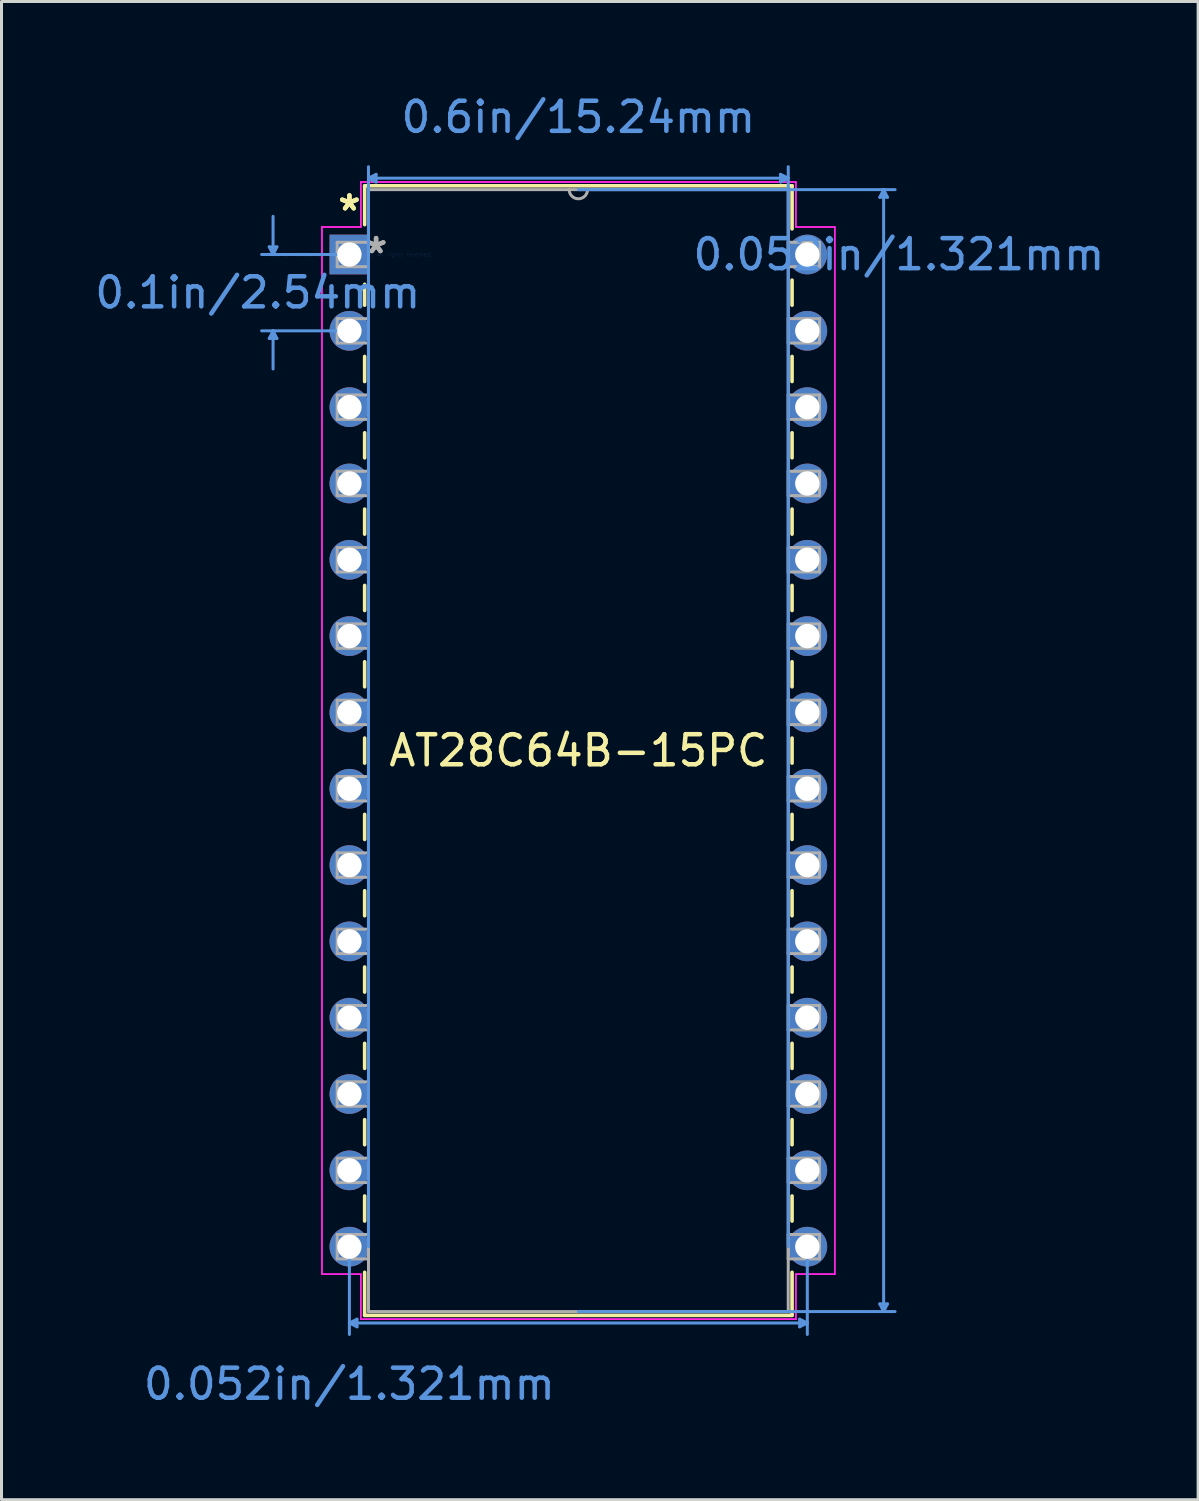
<source format=kicad_pcb>
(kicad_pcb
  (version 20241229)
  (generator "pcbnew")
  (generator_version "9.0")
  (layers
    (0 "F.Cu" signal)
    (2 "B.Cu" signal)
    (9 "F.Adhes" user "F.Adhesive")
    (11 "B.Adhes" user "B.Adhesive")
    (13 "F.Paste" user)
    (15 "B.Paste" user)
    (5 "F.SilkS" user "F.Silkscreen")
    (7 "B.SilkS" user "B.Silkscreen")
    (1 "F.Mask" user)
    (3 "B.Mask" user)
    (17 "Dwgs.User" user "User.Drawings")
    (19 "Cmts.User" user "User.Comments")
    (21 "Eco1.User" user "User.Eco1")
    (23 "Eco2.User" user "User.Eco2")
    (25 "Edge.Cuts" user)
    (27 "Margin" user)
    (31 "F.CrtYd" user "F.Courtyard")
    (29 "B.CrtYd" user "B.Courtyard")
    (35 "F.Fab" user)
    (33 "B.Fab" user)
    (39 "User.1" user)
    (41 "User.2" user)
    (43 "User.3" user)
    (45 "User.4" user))
  (footprint "AT28C64B-15PC"
    (layer "F.Cu")
    (at 8.578 5.42)
    (property "Reference" "AT28C64B-15PC" (at 7.62 16.51 0) (layer "F.SilkS") (effects (font (size 1 1) (thickness 0.15))))
    (attr through_hole)
    (fp_line (start 0.508 -2.286) (end 0.508 -0.993) (stroke (width 0.12) (type solid)) (layer "F.SilkS"))
    (fp_line (start 0.508 0.993) (end 0.508 1.687) (stroke (width 0.12) (type solid)) (layer "F.SilkS"))
    (fp_line (start 0.508 3.393) (end 0.508 4.227) (stroke (width 0.12) (type solid)) (layer "F.SilkS"))
    (fp_line (start 0.508 5.933) (end 0.508 6.767) (stroke (width 0.12) (type solid)) (layer "F.SilkS"))
    (fp_line (start 0.508 8.473) (end 0.508 9.307) (stroke (width 0.12) (type solid)) (layer "F.SilkS"))
    (fp_line (start 0.508 11.013) (end 0.508 11.847) (stroke (width 0.12) (type solid)) (layer "F.SilkS"))
    (fp_line (start 0.508 13.553) (end 0.508 14.387) (stroke (width 0.12) (type solid)) (layer "F.SilkS"))
    (fp_line (start 0.508 16.093) (end 0.508 16.927) (stroke (width 0.12) (type solid)) (layer "F.SilkS"))
    (fp_line (start 0.508 18.633) (end 0.508 19.467) (stroke (width 0.12) (type solid)) (layer "F.SilkS"))
    (fp_line (start 0.508 21.173) (end 0.508 22.007) (stroke (width 0.12) (type solid)) (layer "F.SilkS"))
    (fp_line (start 0.508 23.713) (end 0.508 24.547) (stroke (width 0.12) (type solid)) (layer "F.SilkS"))
    (fp_line (start 0.508 26.253) (end 0.508 27.087) (stroke (width 0.12) (type solid)) (layer "F.SilkS"))
    (fp_line (start 0.508 28.793) (end 0.508 29.627) (stroke (width 0.12) (type solid)) (layer "F.SilkS"))
    (fp_line (start 0.508 31.333) (end 0.508 32.167) (stroke (width 0.12) (type solid)) (layer "F.SilkS"))
    (fp_line (start 0.508 33.873) (end 0.508 35.306) (stroke (width 0.12) (type solid)) (layer "F.SilkS"))
    (fp_line (start 0.508 35.306) (end 14.732 35.306) (stroke (width 0.12) (type solid)) (layer "F.SilkS"))
    (fp_line (start 14.732 -2.286) (end 0.508 -2.286) (stroke (width 0.12) (type solid)) (layer "F.SilkS"))
    (fp_line (start 14.732 -0.853) (end 14.732 -2.286) (stroke (width 0.12) (type solid)) (layer "F.SilkS"))
    (fp_line (start 14.732 1.687) (end 14.732 0.853) (stroke (width 0.12) (type solid)) (layer "F.SilkS"))
    (fp_line (start 14.732 4.227) (end 14.732 3.393) (stroke (width 0.12) (type solid)) (layer "F.SilkS"))
    (fp_line (start 14.732 6.767) (end 14.732 5.933) (stroke (width 0.12) (type solid)) (layer "F.SilkS"))
    (fp_line (start 14.732 9.307) (end 14.732 8.473) (stroke (width 0.12) (type solid)) (layer "F.SilkS"))
    (fp_line (start 14.732 11.847) (end 14.732 11.013) (stroke (width 0.12) (type solid)) (layer "F.SilkS"))
    (fp_line (start 14.732 14.387) (end 14.732 13.553) (stroke (width 0.12) (type solid)) (layer "F.SilkS"))
    (fp_line (start 14.732 16.927) (end 14.732 16.093) (stroke (width 0.12) (type solid)) (layer "F.SilkS"))
    (fp_line (start 14.732 19.467) (end 14.732 18.633) (stroke (width 0.12) (type solid)) (layer "F.SilkS"))
    (fp_line (start 14.732 22.007) (end 14.732 21.173) (stroke (width 0.12) (type solid)) (layer "F.SilkS"))
    (fp_line (start 14.732 24.547) (end 14.732 23.713) (stroke (width 0.12) (type solid)) (layer "F.SilkS"))
    (fp_line (start 14.732 27.087) (end 14.732 26.253) (stroke (width 0.12) (type solid)) (layer "F.SilkS"))
    (fp_line (start 14.732 29.627) (end 14.732 28.793) (stroke (width 0.12) (type solid)) (layer "F.SilkS"))
    (fp_line (start 14.732 32.167) (end 14.732 31.333) (stroke (width 0.12) (type solid)) (layer "F.SilkS"))
    (fp_line (start 14.732 35.306) (end 14.732 33.873) (stroke (width 0.12) (type solid)) (layer "F.SilkS"))
    (fp_line (start -2.667 -0.254) (end -2.413 -0.254) (stroke (width 0.1) (type solid)) (layer "Cmts.User"))
    (fp_line (start -2.667 2.794) (end -2.413 2.794) (stroke (width 0.1) (type solid)) (layer "Cmts.User"))
    (fp_line (start -2.54 0) (end -2.667 -0.254) (stroke (width 0.1) (type solid)) (layer "Cmts.User"))
    (fp_line (start -2.54 0) (end -2.54 -1.27) (stroke (width 0.1) (type solid)) (layer "Cmts.User"))
    (fp_line (start -2.54 0) (end -2.413 -0.254) (stroke (width 0.1) (type solid)) (layer "Cmts.User"))
    (fp_line (start -2.54 2.54) (end -2.667 2.794) (stroke (width 0.1) (type solid)) (layer "Cmts.User"))
    (fp_line (start -2.54 2.54) (end -2.54 3.81) (stroke (width 0.1) (type solid)) (layer "Cmts.User"))
    (fp_line (start -2.54 2.54) (end -2.413 2.794) (stroke (width 0.1) (type solid)) (layer "Cmts.User"))
    (fp_line (start 0 0) (end -2.921 0) (stroke (width 0.1) (type solid)) (layer "Cmts.User"))
    (fp_line (start 0 2.54) (end -2.921 2.54) (stroke (width 0.1) (type solid)) (layer "Cmts.User"))
    (fp_line (start 0 33.02) (end 0 35.941) (stroke (width 0.1) (type solid)) (layer "Cmts.User"))
    (fp_line (start 0 35.56) (end 0.254 35.433) (stroke (width 0.1) (type solid)) (layer "Cmts.User"))
    (fp_line (start 0 35.56) (end 0.254 35.687) (stroke (width 0.1) (type solid)) (layer "Cmts.User"))
    (fp_line (start 0 35.56) (end 15.24 35.56) (stroke (width 0.1) (type solid)) (layer "Cmts.User"))
    (fp_line (start 0.254 35.433) (end 0.254 35.687) (stroke (width 0.1) (type solid)) (layer "Cmts.User"))
    (fp_line (start 0.635 -2.54) (end 0.889 -2.667) (stroke (width 0.1) (type solid)) (layer "Cmts.User"))
    (fp_line (start 0.635 -2.54) (end 0.889 -2.413) (stroke (width 0.1) (type solid)) (layer "Cmts.User"))
    (fp_line (start 0.635 -2.54) (end 14.605 -2.54) (stroke (width 0.1) (type solid)) (layer "Cmts.User"))
    (fp_line (start 0.635 33.02) (end 0.635 -2.921) (stroke (width 0.1) (type solid)) (layer "Cmts.User"))
    (fp_line (start 0.889 -2.667) (end 0.889 -2.413) (stroke (width 0.1) (type solid)) (layer "Cmts.User"))
    (fp_line (start 7.62 -2.159) (end 18.161 -2.159) (stroke (width 0.1) (type solid)) (layer "Cmts.User"))
    (fp_line (start 7.62 35.179) (end 18.161 35.179) (stroke (width 0.1) (type solid)) (layer "Cmts.User"))
    (fp_line (start 14.351 -2.667) (end 14.351 -2.413) (stroke (width 0.1) (type solid)) (layer "Cmts.User"))
    (fp_line (start 14.605 -2.54) (end 14.351 -2.667) (stroke (width 0.1) (type solid)) (layer "Cmts.User"))
    (fp_line (start 14.605 -2.54) (end 14.351 -2.413) (stroke (width 0.1) (type solid)) (layer "Cmts.User"))
    (fp_line (start 14.605 33.02) (end 14.605 -2.921) (stroke (width 0.1) (type solid)) (layer "Cmts.User"))
    (fp_line (start 14.986 35.433) (end 14.986 35.687) (stroke (width 0.1) (type solid)) (layer "Cmts.User"))
    (fp_line (start 15.24 33.02) (end 15.24 35.941) (stroke (width 0.1) (type solid)) (layer "Cmts.User"))
    (fp_line (start 15.24 35.56) (end 14.986 35.433) (stroke (width 0.1) (type solid)) (layer "Cmts.User"))
    (fp_line (start 15.24 35.56) (end 14.986 35.687) (stroke (width 0.1) (type solid)) (layer "Cmts.User"))
    (fp_line (start 17.653 -1.905) (end 17.907 -1.905) (stroke (width 0.1) (type solid)) (layer "Cmts.User"))
    (fp_line (start 17.653 34.925) (end 17.907 34.925) (stroke (width 0.1) (type solid)) (layer "Cmts.User"))
    (fp_line (start 17.78 -2.159) (end 17.653 -1.905) (stroke (width 0.1) (type solid)) (layer "Cmts.User"))
    (fp_line (start 17.78 -2.159) (end 17.78 35.179) (stroke (width 0.1) (type solid)) (layer "Cmts.User"))
    (fp_line (start 17.78 -2.159) (end 17.907 -1.905) (stroke (width 0.1) (type solid)) (layer "Cmts.User"))
    (fp_line (start 17.78 35.179) (end 17.653 34.925) (stroke (width 0.1) (type solid)) (layer "Cmts.User"))
    (fp_line (start 17.78 35.179) (end 17.907 34.925) (stroke (width 0.1) (type solid)) (layer "Cmts.User"))
    (fp_line (start -0.914 -0.914) (end -0.914 33.934) (stroke (width 0.05) (type solid)) (layer "F.CrtYd"))
    (fp_line (start -0.914 -0.914) (end 0.381 -0.914) (stroke (width 0.05) (type solid)) (layer "F.CrtYd"))
    (fp_line (start -0.914 33.934) (end -0.914 -0.914) (stroke (width 0.05) (type solid)) (layer "F.CrtYd"))
    (fp_line (start -0.914 33.934) (end 0.381 33.934) (stroke (width 0.05) (type solid)) (layer "F.CrtYd"))
    (fp_line (start 0.381 -2.413) (end 0.381 -0.914) (stroke (width 0.05) (type solid)) (layer "F.CrtYd"))
    (fp_line (start 0.381 -2.413) (end 14.859 -2.413) (stroke (width 0.05) (type solid)) (layer "F.CrtYd"))
    (fp_line (start 0.381 -0.914) (end -0.914 -0.914) (stroke (width 0.05) (type solid)) (layer "F.CrtYd"))
    (fp_line (start 0.381 -0.914) (end 0.381 -2.413) (stroke (width 0.05) (type solid)) (layer "F.CrtYd"))
    (fp_line (start 0.381 33.934) (end -0.914 33.934) (stroke (width 0.05) (type solid)) (layer "F.CrtYd"))
    (fp_line (start 0.381 33.934) (end 0.381 35.433) (stroke (width 0.05) (type solid)) (layer "F.CrtYd"))
    (fp_line (start 0.381 35.433) (end 0.381 33.934) (stroke (width 0.05) (type solid)) (layer "F.CrtYd"))
    (fp_line (start 0.381 35.433) (end 14.859 35.433) (stroke (width 0.05) (type solid)) (layer "F.CrtYd"))
    (fp_line (start 14.859 -2.413) (end 0.381 -2.413) (stroke (width 0.05) (type solid)) (layer "F.CrtYd"))
    (fp_line (start 14.859 -2.413) (end 14.859 -0.914) (stroke (width 0.05) (type solid)) (layer "F.CrtYd"))
    (fp_line (start 14.859 -0.914) (end 14.859 -2.413) (stroke (width 0.05) (type solid)) (layer "F.CrtYd"))
    (fp_line (start 14.859 33.934) (end 14.859 35.433) (stroke (width 0.05) (type solid)) (layer "F.CrtYd"))
    (fp_line (start 14.859 33.934) (end 16.154 33.934) (stroke (width 0.05) (type solid)) (layer "F.CrtYd"))
    (fp_line (start 14.859 35.433) (end 0.381 35.433) (stroke (width 0.05) (type solid)) (layer "F.CrtYd"))
    (fp_line (start 14.859 35.433) (end 14.859 33.934) (stroke (width 0.05) (type solid)) (layer "F.CrtYd"))
    (fp_line (start 16.154 -0.914) (end 14.859 -0.914) (stroke (width 0.05) (type solid)) (layer "F.CrtYd"))
    (fp_line (start 16.154 -0.914) (end 14.859 -0.914) (stroke (width 0.05) (type solid)) (layer "F.CrtYd"))
    (fp_line (start 16.154 -0.914) (end 16.154 33.934) (stroke (width 0.05) (type solid)) (layer "F.CrtYd"))
    (fp_line (start 16.154 33.934) (end 14.859 33.934) (stroke (width 0.05) (type solid)) (layer "F.CrtYd"))
    (fp_line (start 16.154 33.934) (end 16.154 -0.914) (stroke (width 0.05) (type solid)) (layer "F.CrtYd"))
    (fp_line (start -0.406 -0.406) (end -0.406 0.406) (stroke (width 0.1) (type solid)) (layer "F.Fab"))
    (fp_line (start -0.406 0.406) (end 0.635 0.406) (stroke (width 0.1) (type solid)) (layer "F.Fab"))
    (fp_line (start -0.406 2.134) (end -0.406 2.946) (stroke (width 0.1) (type solid)) (layer "F.Fab"))
    (fp_line (start -0.406 2.946) (end 0.635 2.946) (stroke (width 0.1) (type solid)) (layer "F.Fab"))
    (fp_line (start -0.406 4.674) (end -0.406 5.486) (stroke (width 0.1) (type solid)) (layer "F.Fab"))
    (fp_line (start -0.406 5.486) (end 0.635 5.486) (stroke (width 0.1) (type solid)) (layer "F.Fab"))
    (fp_line (start -0.406 7.214) (end -0.406 8.026) (stroke (width 0.1) (type solid)) (layer "F.Fab"))
    (fp_line (start -0.406 8.026) (end 0.635 8.026) (stroke (width 0.1) (type solid)) (layer "F.Fab"))
    (fp_line (start -0.406 9.754) (end -0.406 10.566) (stroke (width 0.1) (type solid)) (layer "F.Fab"))
    (fp_line (start -0.406 10.566) (end 0.635 10.566) (stroke (width 0.1) (type solid)) (layer "F.Fab"))
    (fp_line (start -0.406 12.294) (end -0.406 13.106) (stroke (width 0.1) (type solid)) (layer "F.Fab"))
    (fp_line (start -0.406 13.106) (end 0.635 13.106) (stroke (width 0.1) (type solid)) (layer "F.Fab"))
    (fp_line (start -0.406 14.834) (end -0.406 15.646) (stroke (width 0.1) (type solid)) (layer "F.Fab"))
    (fp_line (start -0.406 15.646) (end 0.635 15.646) (stroke (width 0.1) (type solid)) (layer "F.Fab"))
    (fp_line (start -0.406 17.374) (end -0.406 18.186) (stroke (width 0.1) (type solid)) (layer "F.Fab"))
    (fp_line (start -0.406 18.186) (end 0.635 18.186) (stroke (width 0.1) (type solid)) (layer "F.Fab"))
    (fp_line (start -0.406 19.914) (end -0.406 20.726) (stroke (width 0.1) (type solid)) (layer "F.Fab"))
    (fp_line (start -0.406 20.726) (end 0.635 20.726) (stroke (width 0.1) (type solid)) (layer "F.Fab"))
    (fp_line (start -0.406 22.454) (end -0.406 23.266) (stroke (width 0.1) (type solid)) (layer "F.Fab"))
    (fp_line (start -0.406 23.266) (end 0.635 23.266) (stroke (width 0.1) (type solid)) (layer "F.Fab"))
    (fp_line (start -0.406 24.994) (end -0.406 25.806) (stroke (width 0.1) (type solid)) (layer "F.Fab"))
    (fp_line (start -0.406 25.806) (end 0.635 25.806) (stroke (width 0.1) (type solid)) (layer "F.Fab"))
    (fp_line (start -0.406 27.534) (end -0.406 28.346) (stroke (width 0.1) (type solid)) (layer "F.Fab"))
    (fp_line (start -0.406 28.346) (end 0.635 28.346) (stroke (width 0.1) (type solid)) (layer "F.Fab"))
    (fp_line (start -0.406 30.074) (end -0.406 30.886) (stroke (width 0.1) (type solid)) (layer "F.Fab"))
    (fp_line (start -0.406 30.886) (end 0.635 30.886) (stroke (width 0.1) (type solid)) (layer "F.Fab"))
    (fp_line (start -0.406 32.614) (end -0.406 33.426) (stroke (width 0.1) (type solid)) (layer "F.Fab"))
    (fp_line (start -0.406 33.426) (end 0.635 33.426) (stroke (width 0.1) (type solid)) (layer "F.Fab"))
    (fp_line (start 0.635 -2.159) (end 0.635 35.179) (stroke (width 0.1) (type solid)) (layer "F.Fab"))
    (fp_line (start 0.635 -0.406) (end -0.406 -0.406) (stroke (width 0.1) (type solid)) (layer "F.Fab"))
    (fp_line (start 0.635 0.406) (end 0.635 -0.406) (stroke (width 0.1) (type solid)) (layer "F.Fab"))
    (fp_line (start 0.635 2.134) (end -0.406 2.134) (stroke (width 0.1) (type solid)) (layer "F.Fab"))
    (fp_line (start 0.635 2.946) (end 0.635 2.134) (stroke (width 0.1) (type solid)) (layer "F.Fab"))
    (fp_line (start 0.635 4.674) (end -0.406 4.674) (stroke (width 0.1) (type solid)) (layer "F.Fab"))
    (fp_line (start 0.635 5.486) (end 0.635 4.674) (stroke (width 0.1) (type solid)) (layer "F.Fab"))
    (fp_line (start 0.635 7.214) (end -0.406 7.214) (stroke (width 0.1) (type solid)) (layer "F.Fab"))
    (fp_line (start 0.635 8.026) (end 0.635 7.214) (stroke (width 0.1) (type solid)) (layer "F.Fab"))
    (fp_line (start 0.635 9.754) (end -0.406 9.754) (stroke (width 0.1) (type solid)) (layer "F.Fab"))
    (fp_line (start 0.635 10.566) (end 0.635 9.754) (stroke (width 0.1) (type solid)) (layer "F.Fab"))
    (fp_line (start 0.635 12.294) (end -0.406 12.294) (stroke (width 0.1) (type solid)) (layer "F.Fab"))
    (fp_line (start 0.635 13.106) (end 0.635 12.294) (stroke (width 0.1) (type solid)) (layer "F.Fab"))
    (fp_line (start 0.635 14.834) (end -0.406 14.834) (stroke (width 0.1) (type solid)) (layer "F.Fab"))
    (fp_line (start 0.635 15.646) (end 0.635 14.834) (stroke (width 0.1) (type solid)) (layer "F.Fab"))
    (fp_line (start 0.635 17.374) (end -0.406 17.374) (stroke (width 0.1) (type solid)) (layer "F.Fab"))
    (fp_line (start 0.635 18.186) (end 0.635 17.374) (stroke (width 0.1) (type solid)) (layer "F.Fab"))
    (fp_line (start 0.635 19.914) (end -0.406 19.914) (stroke (width 0.1) (type solid)) (layer "F.Fab"))
    (fp_line (start 0.635 20.726) (end 0.635 19.914) (stroke (width 0.1) (type solid)) (layer "F.Fab"))
    (fp_line (start 0.635 22.454) (end -0.406 22.454) (stroke (width 0.1) (type solid)) (layer "F.Fab"))
    (fp_line (start 0.635 23.266) (end 0.635 22.454) (stroke (width 0.1) (type solid)) (layer "F.Fab"))
    (fp_line (start 0.635 24.994) (end -0.406 24.994) (stroke (width 0.1) (type solid)) (layer "F.Fab"))
    (fp_line (start 0.635 25.806) (end 0.635 24.994) (stroke (width 0.1) (type solid)) (layer "F.Fab"))
    (fp_line (start 0.635 27.534) (end -0.406 27.534) (stroke (width 0.1) (type solid)) (layer "F.Fab"))
    (fp_line (start 0.635 28.346) (end 0.635 27.534) (stroke (width 0.1) (type solid)) (layer "F.Fab"))
    (fp_line (start 0.635 30.074) (end -0.406 30.074) (stroke (width 0.1) (type solid)) (layer "F.Fab"))
    (fp_line (start 0.635 30.886) (end 0.635 30.074) (stroke (width 0.1) (type solid)) (layer "F.Fab"))
    (fp_line (start 0.635 32.614) (end -0.406 32.614) (stroke (width 0.1) (type solid)) (layer "F.Fab"))
    (fp_line (start 0.635 33.426) (end 0.635 32.614) (stroke (width 0.1) (type solid)) (layer "F.Fab"))
    (fp_line (start 0.635 35.179) (end 14.605 35.179) (stroke (width 0.1) (type solid)) (layer "F.Fab"))
    (fp_line (start 14.605 -2.159) (end 0.635 -2.159) (stroke (width 0.1) (type solid)) (layer "F.Fab"))
    (fp_line (start 14.605 -0.406) (end 14.605 0.406) (stroke (width 0.1) (type solid)) (layer "F.Fab"))
    (fp_line (start 14.605 0.406) (end 15.646 0.406) (stroke (width 0.1) (type solid)) (layer "F.Fab"))
    (fp_line (start 14.605 2.134) (end 14.605 2.946) (stroke (width 0.1) (type solid)) (layer "F.Fab"))
    (fp_line (start 14.605 2.946) (end 15.646 2.946) (stroke (width 0.1) (type solid)) (layer "F.Fab"))
    (fp_line (start 14.605 4.674) (end 14.605 5.486) (stroke (width 0.1) (type solid)) (layer "F.Fab"))
    (fp_line (start 14.605 5.486) (end 15.646 5.486) (stroke (width 0.1) (type solid)) (layer "F.Fab"))
    (fp_line (start 14.605 7.214) (end 14.605 8.026) (stroke (width 0.1) (type solid)) (layer "F.Fab"))
    (fp_line (start 14.605 8.026) (end 15.646 8.026) (stroke (width 0.1) (type solid)) (layer "F.Fab"))
    (fp_line (start 14.605 9.754) (end 14.605 10.566) (stroke (width 0.1) (type solid)) (layer "F.Fab"))
    (fp_line (start 14.605 10.566) (end 15.646 10.566) (stroke (width 0.1) (type solid)) (layer "F.Fab"))
    (fp_line (start 14.605 12.294) (end 14.605 13.106) (stroke (width 0.1) (type solid)) (layer "F.Fab"))
    (fp_line (start 14.605 13.106) (end 15.646 13.106) (stroke (width 0.1) (type solid)) (layer "F.Fab"))
    (fp_line (start 14.605 14.834) (end 14.605 15.646) (stroke (width 0.1) (type solid)) (layer "F.Fab"))
    (fp_line (start 14.605 15.646) (end 15.646 15.646) (stroke (width 0.1) (type solid)) (layer "F.Fab"))
    (fp_line (start 14.605 17.374) (end 14.605 18.186) (stroke (width 0.1) (type solid)) (layer "F.Fab"))
    (fp_line (start 14.605 18.186) (end 15.646 18.186) (stroke (width 0.1) (type solid)) (layer "F.Fab"))
    (fp_line (start 14.605 19.914) (end 14.605 20.726) (stroke (width 0.1) (type solid)) (layer "F.Fab"))
    (fp_line (start 14.605 20.726) (end 15.646 20.726) (stroke (width 0.1) (type solid)) (layer "F.Fab"))
    (fp_line (start 14.605 22.454) (end 14.605 23.266) (stroke (width 0.1) (type solid)) (layer "F.Fab"))
    (fp_line (start 14.605 23.266) (end 15.646 23.266) (stroke (width 0.1) (type solid)) (layer "F.Fab"))
    (fp_line (start 14.605 24.994) (end 14.605 25.806) (stroke (width 0.1) (type solid)) (layer "F.Fab"))
    (fp_line (start 14.605 25.806) (end 15.646 25.806) (stroke (width 0.1) (type solid)) (layer "F.Fab"))
    (fp_line (start 14.605 27.534) (end 14.605 28.346) (stroke (width 0.1) (type solid)) (layer "F.Fab"))
    (fp_line (start 14.605 28.346) (end 15.646 28.346) (stroke (width 0.1) (type solid)) (layer "F.Fab"))
    (fp_line (start 14.605 30.074) (end 14.605 30.886) (stroke (width 0.1) (type solid)) (layer "F.Fab"))
    (fp_line (start 14.605 30.886) (end 15.646 30.886) (stroke (width 0.1) (type solid)) (layer "F.Fab"))
    (fp_line (start 14.605 32.614) (end 14.605 33.426) (stroke (width 0.1) (type solid)) (layer "F.Fab"))
    (fp_line (start 14.605 33.426) (end 15.646 33.426) (stroke (width 0.1) (type solid)) (layer "F.Fab"))
    (fp_line (start 14.605 35.179) (end 14.605 -2.159) (stroke (width 0.1) (type solid)) (layer "F.Fab"))
    (fp_line (start 15.646 -0.406) (end 14.605 -0.406) (stroke (width 0.1) (type solid)) (layer "F.Fab"))
    (fp_line (start 15.646 0.406) (end 15.646 -0.406) (stroke (width 0.1) (type solid)) (layer "F.Fab"))
    (fp_line (start 15.646 2.134) (end 14.605 2.134) (stroke (width 0.1) (type solid)) (layer "F.Fab"))
    (fp_line (start 15.646 2.946) (end 15.646 2.134) (stroke (width 0.1) (type solid)) (layer "F.Fab"))
    (fp_line (start 15.646 4.674) (end 14.605 4.674) (stroke (width 0.1) (type solid)) (layer "F.Fab"))
    (fp_line (start 15.646 5.486) (end 15.646 4.674) (stroke (width 0.1) (type solid)) (layer "F.Fab"))
    (fp_line (start 15.646 7.214) (end 14.605 7.214) (stroke (width 0.1) (type solid)) (layer "F.Fab"))
    (fp_line (start 15.646 8.026) (end 15.646 7.214) (stroke (width 0.1) (type solid)) (layer "F.Fab"))
    (fp_line (start 15.646 9.754) (end 14.605 9.754) (stroke (width 0.1) (type solid)) (layer "F.Fab"))
    (fp_line (start 15.646 10.566) (end 15.646 9.754) (stroke (width 0.1) (type solid)) (layer "F.Fab"))
    (fp_line (start 15.646 12.294) (end 14.605 12.294) (stroke (width 0.1) (type solid)) (layer "F.Fab"))
    (fp_line (start 15.646 13.106) (end 15.646 12.294) (stroke (width 0.1) (type solid)) (layer "F.Fab"))
    (fp_line (start 15.646 14.834) (end 14.605 14.834) (stroke (width 0.1) (type solid)) (layer "F.Fab"))
    (fp_line (start 15.646 15.646) (end 15.646 14.834) (stroke (width 0.1) (type solid)) (layer "F.Fab"))
    (fp_line (start 15.646 17.374) (end 14.605 17.374) (stroke (width 0.1) (type solid)) (layer "F.Fab"))
    (fp_line (start 15.646 18.186) (end 15.646 17.374) (stroke (width 0.1) (type solid)) (layer "F.Fab"))
    (fp_line (start 15.646 19.914) (end 14.605 19.914) (stroke (width 0.1) (type solid)) (layer "F.Fab"))
    (fp_line (start 15.646 20.726) (end 15.646 19.914) (stroke (width 0.1) (type solid)) (layer "F.Fab"))
    (fp_line (start 15.646 22.454) (end 14.605 22.454) (stroke (width 0.1) (type solid)) (layer "F.Fab"))
    (fp_line (start 15.646 23.266) (end 15.646 22.454) (stroke (width 0.1) (type solid)) (layer "F.Fab"))
    (fp_line (start 15.646 24.994) (end 14.605 24.994) (stroke (width 0.1) (type solid)) (layer "F.Fab"))
    (fp_line (start 15.646 25.806) (end 15.646 24.994) (stroke (width 0.1) (type solid)) (layer "F.Fab"))
    (fp_line (start 15.646 27.534) (end 14.605 27.534) (stroke (width 0.1) (type solid)) (layer "F.Fab"))
    (fp_line (start 15.646 28.346) (end 15.646 27.534) (stroke (width 0.1) (type solid)) (layer "F.Fab"))
    (fp_line (start 15.646 30.074) (end 14.605 30.074) (stroke (width 0.1) (type solid)) (layer "F.Fab"))
    (fp_line (start 15.646 30.886) (end 15.646 30.074) (stroke (width 0.1) (type solid)) (layer "F.Fab"))
    (fp_line (start 15.646 32.614) (end 14.605 32.614) (stroke (width 0.1) (type solid)) (layer "F.Fab"))
    (fp_line (start 15.646 33.426) (end 15.646 32.614) (stroke (width 0.1) (type solid)) (layer "F.Fab"))
    (fp_arc (start 7.9248 -2.159) (mid 7.62 -1.8542) (end 7.3152 -2.159) (stroke (width 0.1) (type solid)) (layer "F.Fab"))
    (fp_text user "*" (at 0 -1.422 0) (layer "F.SilkS") (effects (font (size 1 1) (thickness 0.15))))
    (fp_text user "*" (at 0 -1.422 0) (layer "F.SilkS") (effects (font (size 1 1) (thickness 0.15))))
    (fp_text user "Copyright 2021 Accelerated Designs. All rights reserved." (at 0 0 0) (layer "Cmts.User") (effects (font (size 0.127 0.127) (thickness 0.002))))
    (fp_text user "0.052in/1.321mm" (at 0 37.592 0) (layer "Cmts.User") (effects (font (size 1 1) (thickness 0.15))))
    (fp_text user "0.1in/2.54mm" (at -3.048 1.27 0) (layer "Cmts.User") (effects (font (size 1 1) (thickness 0.15))))
    (fp_text user "0.052in/1.321mm" (at 18.288 0 0) (layer "Cmts.User") (effects (font (size 1 1) (thickness 0.15))))
    (fp_text user "0.6in/15.24mm" (at 7.62 -4.572 0) (layer "Cmts.User") (effects (font (size 1 1) (thickness 0.15))))
    (fp_text user "*" (at 0.889 0 0) (layer "F.Fab") (effects (font (size 1 1) (thickness 0.15))))
    (fp_text user "*" (at 0.889 0 0) (layer "F.Fab") (effects (font (size 1 1) (thickness 0.15))))
    (pad "1" thru_hole rect (at 0 0) (size 1.321 1.321) (drill 0.813) (layers "*.Cu" "*.Mask"))
    (pad "2" thru_hole circle (at 0 2.54) (size 1.321 1.321) (drill 0.813) (layers "*.Cu" "*.Mask"))
    (pad "3" thru_hole circle (at 0 5.08) (size 1.321 1.321) (drill 0.813) (layers "*.Cu" "*.Mask"))
    (pad "4" thru_hole circle (at 0 7.62) (size 1.321 1.321) (drill 0.813) (layers "*.Cu" "*.Mask"))
    (pad "5" thru_hole circle (at 0 10.16) (size 1.321 1.321) (drill 0.813) (layers "*.Cu" "*.Mask"))
    (pad "6" thru_hole circle (at 0 12.7) (size 1.321 1.321) (drill 0.813) (layers "*.Cu" "*.Mask"))
    (pad "7" thru_hole circle (at 0 15.24) (size 1.321 1.321) (drill 0.813) (layers "*.Cu" "*.Mask"))
    (pad "8" thru_hole circle (at 0 17.78) (size 1.321 1.321) (drill 0.813) (layers "*.Cu" "*.Mask"))
    (pad "9" thru_hole circle (at 0 20.32) (size 1.321 1.321) (drill 0.813) (layers "*.Cu" "*.Mask"))
    (pad "10" thru_hole circle (at 0 22.86) (size 1.321 1.321) (drill 0.813) (layers "*.Cu" "*.Mask"))
    (pad "11" thru_hole circle (at 0 25.4) (size 1.321 1.321) (drill 0.813) (layers "*.Cu" "*.Mask"))
    (pad "12" thru_hole circle (at 0 27.94) (size 1.321 1.321) (drill 0.813) (layers "*.Cu" "*.Mask"))
    (pad "13" thru_hole circle (at 0 30.48) (size 1.321 1.321) (drill 0.813) (layers "*.Cu" "*.Mask"))
    (pad "14" thru_hole circle (at 0 33.02) (size 1.321 1.321) (drill 0.813) (layers "*.Cu" "*.Mask"))
    (pad "15" thru_hole circle (at 15.24 33.02) (size 1.321 1.321) (drill 0.813) (layers "*.Cu" "*.Mask"))
    (pad "16" thru_hole circle (at 15.24 30.48) (size 1.321 1.321) (drill 0.813) (layers "*.Cu" "*.Mask"))
    (pad "17" thru_hole circle (at 15.24 27.94) (size 1.321 1.321) (drill 0.813) (layers "*.Cu" "*.Mask"))
    (pad "18" thru_hole circle (at 15.24 25.4) (size 1.321 1.321) (drill 0.813) (layers "*.Cu" "*.Mask"))
    (pad "19" thru_hole circle (at 15.24 22.86) (size 1.321 1.321) (drill 0.813) (layers "*.Cu" "*.Mask"))
    (pad "20" thru_hole circle (at 15.24 20.32) (size 1.321 1.321) (drill 0.813) (layers "*.Cu" "*.Mask"))
    (pad "21" thru_hole circle (at 15.24 17.78) (size 1.321 1.321) (drill 0.813) (layers "*.Cu" "*.Mask"))
    (pad "22" thru_hole circle (at 15.24 15.24) (size 1.321 1.321) (drill 0.813) (layers "*.Cu" "*.Mask"))
    (pad "23" thru_hole circle (at 15.24 12.7) (size 1.321 1.321) (drill 0.813) (layers "*.Cu" "*.Mask"))
    (pad "24" thru_hole circle (at 15.24 10.16) (size 1.321 1.321) (drill 0.813) (layers "*.Cu" "*.Mask"))
    (pad "25" thru_hole circle (at 15.24 7.62) (size 1.321 1.321) (drill 0.813) (layers "*.Cu" "*.Mask"))
    (pad "26" thru_hole circle (at 15.24 5.08) (size 1.321 1.321) (drill 0.813) (layers "*.Cu" "*.Mask"))
    (pad "27" thru_hole circle (at 15.24 2.54) (size 1.321 1.321) (drill 0.813) (layers "*.Cu" "*.Mask"))
    (pad "28" thru_hole circle (at 15.24 0) (size 1.321 1.321) (drill 0.813) (layers "*.Cu" "*.Mask")))
  (gr_rect
    (start -3 -3)
    (end 36.824 46.861)
    (stroke (width 0.1) (type default))
    (fill no)
    (layer "Edge.Cuts")))
</source>
